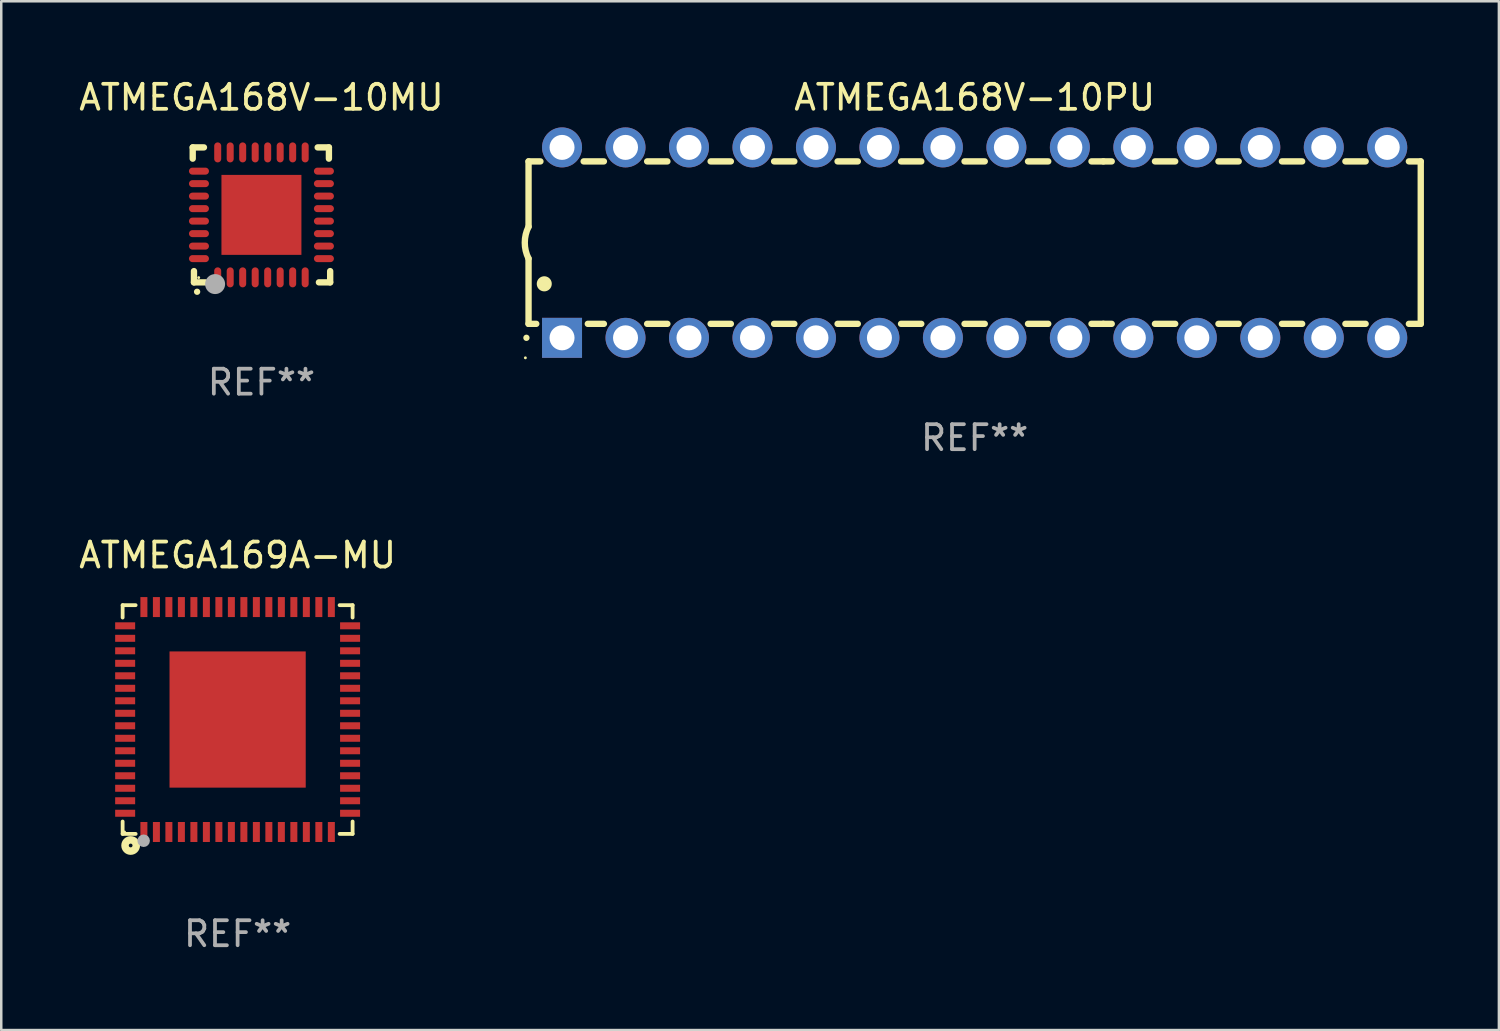
<source format=kicad_pcb>
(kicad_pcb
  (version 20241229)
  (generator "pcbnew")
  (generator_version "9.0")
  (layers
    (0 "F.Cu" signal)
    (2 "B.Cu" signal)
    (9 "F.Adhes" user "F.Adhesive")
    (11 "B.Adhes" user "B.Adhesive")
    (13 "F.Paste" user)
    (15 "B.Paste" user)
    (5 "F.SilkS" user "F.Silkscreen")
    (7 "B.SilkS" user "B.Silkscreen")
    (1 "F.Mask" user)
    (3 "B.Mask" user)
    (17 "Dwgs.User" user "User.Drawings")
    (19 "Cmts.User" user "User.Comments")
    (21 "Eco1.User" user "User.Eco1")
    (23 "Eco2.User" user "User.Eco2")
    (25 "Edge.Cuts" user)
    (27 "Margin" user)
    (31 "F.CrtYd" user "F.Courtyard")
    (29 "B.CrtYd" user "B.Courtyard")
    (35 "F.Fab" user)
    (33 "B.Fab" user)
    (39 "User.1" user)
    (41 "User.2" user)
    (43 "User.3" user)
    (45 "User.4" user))
  (footprint "ATMEGA168V-10MU"
    (layer "F.Cu")
    (at 7.411 5.548)
    (property "Reference" "ATMEGA168V-10MU" (at 0 -4.7 0) (layer "F.SilkS") (effects (font (size 1 1) (thickness 0.15))))
    (attr through_hole)
    (fp_line (start -2.75 -2.7) (end -2.75 -2.25) (stroke (width 0.254) (type solid)) (layer "F.SilkS"))
    (fp_line (start -2.7 2.7) (end -2.7 2.25) (stroke (width 0.254) (type solid)) (layer "F.SilkS"))
    (fp_line (start -2.3 -2.7) (end -2.75 -2.7) (stroke (width 0.254) (type solid)) (layer "F.SilkS"))
    (fp_line (start -2.25 2.7) (end -2.7 2.7) (stroke (width 0.254) (type solid)) (layer "F.SilkS"))
    (fp_line (start 2.3 2.7) (end 2.75 2.7) (stroke (width 0.254) (type solid)) (layer "F.SilkS"))
    (fp_line (start 2.7 -2.7) (end 2.25 -2.7) (stroke (width 0.254) (type solid)) (layer "F.SilkS"))
    (fp_line (start 2.7 -2.25) (end 2.7 -2.7) (stroke (width 0.254) (type solid)) (layer "F.SilkS"))
    (fp_line (start 2.75 2.7) (end 2.75 2.25) (stroke (width 0.254) (type solid)) (layer "F.SilkS"))
    (fp_arc (start -2.575565 3.075946) (mid -2.574295 3.07594) (end -2.573025 3.075946) (stroke (width 0.25) (type solid)) (layer "F.SilkS"))
    (fp_circle (center -2.51 2.51) (end -2.48 2.51) (stroke (width 0.06) (type solid)) (fill no) (layer "F.SilkS"))
    (fp_circle (center -1.854 2.769) (end -1.654 2.769) (stroke (width 0.4) (type solid)) (fill no) (layer "F.Fab"))
    (fp_text user "REF**" (at 0 6.7 0) (layer "F.Fab") (effects (font (size 1 1) (thickness 0.15))))
    (pad "1" smd oval (at -1.75 2.5) (size 0.28 0.8) (layers "F.Cu" "F.Mask" "F.Paste"))
    (pad "2" smd oval (at -1.25 2.5) (size 0.28 0.8) (layers "F.Cu" "F.Mask" "F.Paste"))
    (pad "3" smd oval (at -0.75 2.5) (size 0.28 0.8) (layers "F.Cu" "F.Mask" "F.Paste"))
    (pad "4" smd oval (at -0.25 2.5) (size 0.28 0.8) (layers "F.Cu" "F.Mask" "F.Paste"))
    (pad "5" smd oval (at 0.25 2.5) (size 0.28 0.8) (layers "F.Cu" "F.Mask" "F.Paste"))
    (pad "6" smd oval (at 0.75 2.5) (size 0.28 0.8) (layers "F.Cu" "F.Mask" "F.Paste"))
    (pad "7" smd oval (at 1.25 2.5) (size 0.28 0.8) (layers "F.Cu" "F.Mask" "F.Paste"))
    (pad "8" smd oval (at 1.75 2.5) (size 0.28 0.8) (layers "F.Cu" "F.Mask" "F.Paste"))
    (pad "9" smd oval (at 2.5 1.75 90) (size 0.28 0.8) (layers "F.Cu" "F.Mask" "F.Paste"))
    (pad "10" smd oval (at 2.5 1.25 90) (size 0.28 0.8) (layers "F.Cu" "F.Mask" "F.Paste"))
    (pad "11" smd oval (at 2.5 0.75 90) (size 0.28 0.8) (layers "F.Cu" "F.Mask" "F.Paste"))
    (pad "12" smd oval (at 2.5 0.25 90) (size 0.28 0.8) (layers "F.Cu" "F.Mask" "F.Paste"))
    (pad "13" smd oval (at 2.5 -0.25 90) (size 0.28 0.8) (layers "F.Cu" "F.Mask" "F.Paste"))
    (pad "14" smd oval (at 2.5 -0.75 90) (size 0.28 0.8) (layers "F.Cu" "F.Mask" "F.Paste"))
    (pad "15" smd oval (at 2.5 -1.25 90) (size 0.28 0.8) (layers "F.Cu" "F.Mask" "F.Paste"))
    (pad "16" smd oval (at 2.5 -1.75 90) (size 0.28 0.8) (layers "F.Cu" "F.Mask" "F.Paste"))
    (pad "17" smd oval (at 1.75 -2.5 180) (size 0.28 0.8) (layers "F.Cu" "F.Mask" "F.Paste"))
    (pad "18" smd oval (at 1.25 -2.5 180) (size 0.28 0.8) (layers "F.Cu" "F.Mask" "F.Paste"))
    (pad "19" smd oval (at 0.75 -2.5 180) (size 0.28 0.8) (layers "F.Cu" "F.Mask" "F.Paste"))
    (pad "20" smd oval (at 0.25 -2.5 180) (size 0.28 0.8) (layers "F.Cu" "F.Mask" "F.Paste"))
    (pad "21" smd oval (at -0.25 -2.5 180) (size 0.28 0.8) (layers "F.Cu" "F.Mask" "F.Paste"))
    (pad "22" smd oval (at -0.75 -2.5 180) (size 0.28 0.8) (layers "F.Cu" "F.Mask" "F.Paste"))
    (pad "23" smd oval (at -1.25 -2.5 180) (size 0.28 0.8) (layers "F.Cu" "F.Mask" "F.Paste"))
    (pad "24" smd oval (at -1.75 -2.5 180) (size 0.28 0.8) (layers "F.Cu" "F.Mask" "F.Paste"))
    (pad "25" smd oval (at -2.5 -1.75 270) (size 0.28 0.8) (layers "F.Cu" "F.Mask" "F.Paste"))
    (pad "26" smd oval (at -2.5 -1.25 270) (size 0.28 0.8) (layers "F.Cu" "F.Mask" "F.Paste"))
    (pad "27" smd oval (at -2.5 -0.75 270) (size 0.28 0.8) (layers "F.Cu" "F.Mask" "F.Paste"))
    (pad "28" smd oval (at -2.5 -0.25 270) (size 0.28 0.8) (layers "F.Cu" "F.Mask" "F.Paste"))
    (pad "29" smd oval (at -2.5 0.25 270) (size 0.28 0.8) (layers "F.Cu" "F.Mask" "F.Paste"))
    (pad "30" smd oval (at -2.5 0.75 270) (size 0.28 0.8) (layers "F.Cu" "F.Mask" "F.Paste"))
    (pad "31" smd oval (at -2.5 1.25 270) (size 0.28 0.8) (layers "F.Cu" "F.Mask" "F.Paste"))
    (pad "32" smd oval (at -2.5 1.75 270) (size 0.28 0.8) (layers "F.Cu" "F.Mask" "F.Paste"))
    (pad "33" smd rect (at 0.000076 0.000076) (size 3.2 3.2) (layers "F.Cu" "F.Mask" "F.Paste")))
  (footprint "ATMEGA168V-10PU"
    (layer "F.Cu")
    (at 35.949 6.658)
    (property "Reference" "ATMEGA168V-10PU" (at 0 -5.81 0) (layer "F.SilkS") (effects (font (size 1 1) (thickness 0.15))))
    (attr through_hole)
    (fp_line (start -17.85 -3.25) (end -17.85 -0.635) (stroke (width 0.254) (type solid)) (layer "F.SilkS"))
    (fp_line (start -17.85 3.25) (end -17.85 0.635) (stroke (width 0.254) (type solid)) (layer "F.SilkS"))
    (fp_line (start -17.85 3.25) (end -17.541 3.25) (stroke (width 0.254) (type solid)) (layer "F.SilkS"))
    (fp_line (start -17.375 -3.25) (end -17.85 -3.25) (stroke (width 0.254) (type solid)) (layer "F.SilkS"))
    (fp_line (start -15.479 3.25) (end -14.835 3.25) (stroke (width 0.254) (type solid)) (layer "F.SilkS"))
    (fp_line (start -14.835 -3.25) (end -15.645 -3.25) (stroke (width 0.254) (type solid)) (layer "F.SilkS"))
    (fp_line (start -13.105 3.25) (end -12.295 3.25) (stroke (width 0.254) (type solid)) (layer "F.SilkS"))
    (fp_line (start -12.295 -3.25) (end -13.105 -3.25) (stroke (width 0.254) (type solid)) (layer "F.SilkS"))
    (fp_line (start -10.565 3.25) (end -9.755 3.25) (stroke (width 0.254) (type solid)) (layer "F.SilkS"))
    (fp_line (start -9.755 -3.25) (end -10.565 -3.25) (stroke (width 0.254) (type solid)) (layer "F.SilkS"))
    (fp_line (start -8.025 3.25) (end -7.215 3.25) (stroke (width 0.254) (type solid)) (layer "F.SilkS"))
    (fp_line (start -7.215 -3.25) (end -8.025 -3.25) (stroke (width 0.254) (type solid)) (layer "F.SilkS"))
    (fp_line (start -5.485 3.25) (end -4.675 3.25) (stroke (width 0.254) (type solid)) (layer "F.SilkS"))
    (fp_line (start -4.675 -3.25) (end -5.485 -3.25) (stroke (width 0.254) (type solid)) (layer "F.SilkS"))
    (fp_line (start -2.945 3.25) (end -2.135 3.25) (stroke (width 0.254) (type solid)) (layer "F.SilkS"))
    (fp_line (start -2.135 -3.25) (end -2.945 -3.25) (stroke (width 0.254) (type solid)) (layer "F.SilkS"))
    (fp_line (start -0.405 3.25) (end 0.405 3.25) (stroke (width 0.254) (type solid)) (layer "F.SilkS"))
    (fp_line (start 0.405 -3.25) (end -0.405 -3.25) (stroke (width 0.254) (type solid)) (layer "F.SilkS"))
    (fp_line (start 2.135 3.25) (end 2.945 3.25) (stroke (width 0.254) (type solid)) (layer "F.SilkS"))
    (fp_line (start 2.945 -3.25) (end 2.135 -3.25) (stroke (width 0.254) (type solid)) (layer "F.SilkS"))
    (fp_line (start 4.675 3.25) (end 5.15 3.25) (stroke (width 0.254) (type solid)) (layer "F.SilkS"))
    (fp_line (start 5.15 -3.25) (end 4.675 -3.25) (stroke (width 0.254) (type solid)) (layer "F.SilkS"))
    (fp_line (start 5.15 -3.25) (end 5.485 -3.25) (stroke (width 0.254) (type solid)) (layer "F.SilkS"))
    (fp_line (start 5.15 3.25) (end 5.485 3.25) (stroke (width 0.254) (type solid)) (layer "F.SilkS"))
    (fp_line (start 7.215 -3.25) (end 8.025 -3.25) (stroke (width 0.254) (type solid)) (layer "F.SilkS"))
    (fp_line (start 7.215 3.25) (end 8.025 3.25) (stroke (width 0.254) (type solid)) (layer "F.SilkS"))
    (fp_line (start 9.755 -3.25) (end 10.565 -3.25) (stroke (width 0.254) (type solid)) (layer "F.SilkS"))
    (fp_line (start 9.755 3.25) (end 10.565 3.25) (stroke (width 0.254) (type solid)) (layer "F.SilkS"))
    (fp_line (start 12.295 -3.25) (end 13.105 -3.25) (stroke (width 0.254) (type solid)) (layer "F.SilkS"))
    (fp_line (start 12.295 3.25) (end 13.105 3.25) (stroke (width 0.254) (type solid)) (layer "F.SilkS"))
    (fp_line (start 14.835 -3.25) (end 15.645 -3.25) (stroke (width 0.254) (type solid)) (layer "F.SilkS"))
    (fp_line (start 14.835 3.25) (end 15.645 3.25) (stroke (width 0.254) (type solid)) (layer "F.SilkS"))
    (fp_line (start 17.375 -3.25) (end 17.85 -3.25) (stroke (width 0.254) (type solid)) (layer "F.SilkS"))
    (fp_line (start 17.375 3.25) (end 17.85 3.25) (stroke (width 0.254) (type solid)) (layer "F.SilkS"))
    (fp_line (start 17.85 -3.25) (end 17.85 3.25) (stroke (width 0.254) (type solid)) (layer "F.SilkS"))
    (fp_arc (start -17.934976 3.810008) (mid -17.934983 3.808738) (end -17.934976 3.807468) (stroke (width 0.25) (type solid)) (layer "F.SilkS"))
    (fp_arc (start -17.851155 0.635002) (mid -18.000677 -0.000132) (end -17.850038 -0.635001) (stroke (width 0.254001) (type solid)) (layer "F.SilkS"))
    (fp_arc (start -17.221234 1.651003) (mid -17.221245 1.648463) (end -17.221234 1.645923) (stroke (width 0.6) (type solid)) (layer "F.SilkS"))
    (fp_circle (center -17.977 4.61) (end -17.947 4.61) (stroke (width 0.06) (type solid)) (fill no) (layer "F.SilkS"))
    (fp_text user "REF**" (at 0 7.81 0) (layer "F.Fab") (effects (font (size 1 1) (thickness 0.15))))
    (pad "1" thru_hole rect (at -16.51 3.81 90) (size 1.6 1.6) (drill 1) (layers "*.Cu" "*.Mask"))
    (pad "2" thru_hole circle (at -13.97 3.81 90) (size 1.6 1.6) (drill 1) (layers "*.Cu" "*.Mask"))
    (pad "3" thru_hole circle (at -11.43 3.81 90) (size 1.6 1.6) (drill 1) (layers "*.Cu" "*.Mask"))
    (pad "4" thru_hole circle (at -8.89 3.81 90) (size 1.6 1.6) (drill 1) (layers "*.Cu" "*.Mask"))
    (pad "5" thru_hole circle (at -6.35 3.81 90) (size 1.6 1.6) (drill 1) (layers "*.Cu" "*.Mask"))
    (pad "6" thru_hole circle (at -3.81 3.81 90) (size 1.6 1.6) (drill 1) (layers "*.Cu" "*.Mask"))
    (pad "7" thru_hole circle (at -1.27 3.81 90) (size 1.6 1.6) (drill 1) (layers "*.Cu" "*.Mask"))
    (pad "8" thru_hole circle (at 1.27 3.81 90) (size 1.6 1.6) (drill 1) (layers "*.Cu" "*.Mask"))
    (pad "9" thru_hole circle (at 3.81 3.81 90) (size 1.6 1.6) (drill 1) (layers "*.Cu" "*.Mask"))
    (pad "10" thru_hole circle (at 6.35 3.81 90) (size 1.6 1.6) (drill 1) (layers "*.Cu" "*.Mask"))
    (pad "11" thru_hole circle (at 8.89 3.81 90) (size 1.6 1.6) (drill 1) (layers "*.Cu" "*.Mask"))
    (pad "12" thru_hole circle (at 11.43 3.81 90) (size 1.6 1.6) (drill 1) (layers "*.Cu" "*.Mask"))
    (pad "13" thru_hole circle (at 13.97 3.81 90) (size 1.6 1.6) (drill 1) (layers "*.Cu" "*.Mask"))
    (pad "14" thru_hole circle (at 16.51 3.81 90) (size 1.6 1.6) (drill 1) (layers "*.Cu" "*.Mask"))
    (pad "15" thru_hole circle (at 16.51 -3.81 90) (size 1.6 1.6) (drill 1) (layers "*.Cu" "*.Mask"))
    (pad "16" thru_hole circle (at 13.97 -3.81 90) (size 1.6 1.6) (drill 1) (layers "*.Cu" "*.Mask"))
    (pad "17" thru_hole circle (at 11.43 -3.81 90) (size 1.6 1.6) (drill 1) (layers "*.Cu" "*.Mask"))
    (pad "18" thru_hole circle (at 8.89 -3.81 90) (size 1.6 1.6) (drill 1) (layers "*.Cu" "*.Mask"))
    (pad "19" thru_hole circle (at 6.35 -3.81 90) (size 1.6 1.6) (drill 1) (layers "*.Cu" "*.Mask"))
    (pad "20" thru_hole circle (at 3.81 -3.81 90) (size 1.6 1.6) (drill 1) (layers "*.Cu" "*.Mask"))
    (pad "21" thru_hole circle (at 1.27 -3.81 90) (size 1.6 1.6) (drill 1) (layers "*.Cu" "*.Mask"))
    (pad "22" thru_hole circle (at -1.27 -3.81 90) (size 1.6 1.6) (drill 1) (layers "*.Cu" "*.Mask"))
    (pad "23" thru_hole circle (at -3.81 -3.81 90) (size 1.6 1.6) (drill 1) (layers "*.Cu" "*.Mask"))
    (pad "24" thru_hole circle (at -6.35 -3.81 90) (size 1.6 1.6) (drill 1) (layers "*.Cu" "*.Mask"))
    (pad "25" thru_hole circle (at -8.89 -3.81 90) (size 1.6 1.6) (drill 1) (layers "*.Cu" "*.Mask"))
    (pad "26" thru_hole circle (at -11.43 -3.81 90) (size 1.6 1.6) (drill 1) (layers "*.Cu" "*.Mask"))
    (pad "27" thru_hole circle (at -13.97 -3.81 90) (size 1.6 1.6) (drill 1) (layers "*.Cu" "*.Mask"))
    (pad "28" thru_hole circle (at -16.51 -3.81 90) (size 1.6 1.6) (drill 1) (layers "*.Cu" "*.Mask")))
  (footprint "ATMEGA169A-MU"
    (layer "F.Cu")
    (at 6.458 25.741)
    (property "Reference" "ATMEGA169A-MU" (at 0 -6.576 0) (layer "F.SilkS") (effects (font (size 1 1) (thickness 0.15))))
    (attr through_hole)
    (fp_line (start -4.601 -4.576) (end -4.081 -4.576) (stroke (width 0.152) (type solid)) (layer "F.SilkS"))
    (fp_line (start -4.601 -4.081) (end -4.601 -4.576) (stroke (width 0.152) (type solid)) (layer "F.SilkS"))
    (fp_line (start -4.601 4.081) (end -4.601 4.576) (stroke (width 0.152) (type solid)) (layer "F.SilkS"))
    (fp_line (start -4.601 4.576) (end -4.081 4.576) (stroke (width 0.152) (type solid)) (layer "F.SilkS"))
    (fp_line (start 4.601 -4.576) (end 4.081 -4.576) (stroke (width 0.152) (type solid)) (layer "F.SilkS"))
    (fp_line (start 4.601 -4.081) (end 4.601 -4.576) (stroke (width 0.152) (type solid)) (layer "F.SilkS"))
    (fp_line (start 4.601 4.081) (end 4.601 4.576) (stroke (width 0.152) (type solid)) (layer "F.SilkS"))
    (fp_line (start 4.601 4.576) (end 4.081 4.576) (stroke (width 0.152) (type solid)) (layer "F.SilkS"))
    (fp_circle (center -4.525 4.5) (end -4.495 4.5) (stroke (width 0.06) (type solid)) (fill no) (layer "F.SilkS"))
    (fp_circle (center -4.28 5.04) (end -4.205 5.04) (stroke (width 0.3) (type solid)) (fill no) (layer "F.SilkS"))
    (fp_circle (center -3.76 4.85) (end -3.635 4.85) (stroke (width 0.25) (type solid)) (fill no) (layer "F.Fab"))
    (fp_text user "REF**" (at 0 8.576 0) (layer "F.Fab") (effects (font (size 1 1) (thickness 0.15))))
    (pad "1" smd rect (at -3.75 4.5) (size 0.28 0.8) (layers "F.Cu" "F.Mask" "F.Paste"))
    (pad "2" smd rect (at -3.25 4.5) (size 0.28 0.8) (layers "F.Cu" "F.Mask" "F.Paste"))
    (pad "3" smd rect (at -2.75 4.5) (size 0.28 0.8) (layers "F.Cu" "F.Mask" "F.Paste"))
    (pad "4" smd rect (at -2.25 4.5) (size 0.28 0.8) (layers "F.Cu" "F.Mask" "F.Paste"))
    (pad "5" smd rect (at -1.75 4.5) (size 0.28 0.8) (layers "F.Cu" "F.Mask" "F.Paste"))
    (pad "6" smd rect (at -1.25 4.5) (size 0.28 0.8) (layers "F.Cu" "F.Mask" "F.Paste"))
    (pad "7" smd rect (at -0.75 4.5) (size 0.28 0.8) (layers "F.Cu" "F.Mask" "F.Paste"))
    (pad "8" smd rect (at -0.25 4.5) (size 0.28 0.8) (layers "F.Cu" "F.Mask" "F.Paste"))
    (pad "9" smd rect (at 0.25 4.5) (size 0.28 0.8) (layers "F.Cu" "F.Mask" "F.Paste"))
    (pad "10" smd rect (at 0.75 4.5) (size 0.28 0.8) (layers "F.Cu" "F.Mask" "F.Paste"))
    (pad "11" smd rect (at 1.25 4.5) (size 0.28 0.8) (layers "F.Cu" "F.Mask" "F.Paste"))
    (pad "12" smd rect (at 1.75 4.5) (size 0.28 0.8) (layers "F.Cu" "F.Mask" "F.Paste"))
    (pad "13" smd rect (at 2.25 4.5) (size 0.28 0.8) (layers "F.Cu" "F.Mask" "F.Paste"))
    (pad "14" smd rect (at 2.75 4.5) (size 0.28 0.8) (layers "F.Cu" "F.Mask" "F.Paste"))
    (pad "15" smd rect (at 3.25 4.5) (size 0.28 0.8) (layers "F.Cu" "F.Mask" "F.Paste"))
    (pad "16" smd rect (at 3.75 4.5) (size 0.28 0.8) (layers "F.Cu" "F.Mask" "F.Paste"))
    (pad "17" smd rect (at 4.5 3.75) (size 0.8 0.28) (layers "F.Cu" "F.Mask" "F.Paste"))
    (pad "18" smd rect (at 4.5 3.25) (size 0.8 0.28) (layers "F.Cu" "F.Mask" "F.Paste"))
    (pad "19" smd rect (at 4.5 2.75) (size 0.8 0.28) (layers "F.Cu" "F.Mask" "F.Paste"))
    (pad "20" smd rect (at 4.5 2.25) (size 0.8 0.28) (layers "F.Cu" "F.Mask" "F.Paste"))
    (pad "21" smd rect (at 4.5 1.75) (size 0.8 0.28) (layers "F.Cu" "F.Mask" "F.Paste"))
    (pad "22" smd rect (at 4.5 1.25) (size 0.8 0.28) (layers "F.Cu" "F.Mask" "F.Paste"))
    (pad "23" smd rect (at 4.5 0.75) (size 0.8 0.28) (layers "F.Cu" "F.Mask" "F.Paste"))
    (pad "24" smd rect (at 4.5 0.25) (size 0.8 0.28) (layers "F.Cu" "F.Mask" "F.Paste"))
    (pad "25" smd rect (at 4.5 -0.25) (size 0.8 0.28) (layers "F.Cu" "F.Mask" "F.Paste"))
    (pad "26" smd rect (at 4.5 -0.75) (size 0.8 0.28) (layers "F.Cu" "F.Mask" "F.Paste"))
    (pad "27" smd rect (at 4.5 -1.25) (size 0.8 0.28) (layers "F.Cu" "F.Mask" "F.Paste"))
    (pad "28" smd rect (at 4.5 -1.75) (size 0.8 0.28) (layers "F.Cu" "F.Mask" "F.Paste"))
    (pad "29" smd rect (at 4.5 -2.25) (size 0.8 0.28) (layers "F.Cu" "F.Mask" "F.Paste"))
    (pad "30" smd rect (at 4.5 -2.75) (size 0.8 0.28) (layers "F.Cu" "F.Mask" "F.Paste"))
    (pad "31" smd rect (at 4.5 -3.25) (size 0.8 0.28) (layers "F.Cu" "F.Mask" "F.Paste"))
    (pad "32" smd rect (at 4.5 -3.75) (size 0.8 0.28) (layers "F.Cu" "F.Mask" "F.Paste"))
    (pad "33" smd rect (at 3.75 -4.5) (size 0.28 0.8) (layers "F.Cu" "F.Mask" "F.Paste"))
    (pad "34" smd rect (at 3.25 -4.5) (size 0.28 0.8) (layers "F.Cu" "F.Mask" "F.Paste"))
    (pad "35" smd rect (at 2.75 -4.5) (size 0.28 0.8) (layers "F.Cu" "F.Mask" "F.Paste"))
    (pad "36" smd rect (at 2.25 -4.5) (size 0.28 0.8) (layers "F.Cu" "F.Mask" "F.Paste"))
    (pad "37" smd rect (at 1.75 -4.5) (size 0.28 0.8) (layers "F.Cu" "F.Mask" "F.Paste"))
    (pad "38" smd rect (at 1.25 -4.5) (size 0.28 0.8) (layers "F.Cu" "F.Mask" "F.Paste"))
    (pad "39" smd rect (at 0.75 -4.5) (size 0.28 0.8) (layers "F.Cu" "F.Mask" "F.Paste"))
    (pad "40" smd rect (at 0.25 -4.5) (size 0.28 0.8) (layers "F.Cu" "F.Mask" "F.Paste"))
    (pad "41" smd rect (at -0.25 -4.5) (size 0.28 0.8) (layers "F.Cu" "F.Mask" "F.Paste"))
    (pad "42" smd rect (at -0.75 -4.5) (size 0.28 0.8) (layers "F.Cu" "F.Mask" "F.Paste"))
    (pad "43" smd rect (at -1.25 -4.5) (size 0.28 0.8) (layers "F.Cu" "F.Mask" "F.Paste"))
    (pad "44" smd rect (at -1.75 -4.5) (size 0.28 0.8) (layers "F.Cu" "F.Mask" "F.Paste"))
    (pad "45" smd rect (at -2.25 -4.5) (size 0.28 0.8) (layers "F.Cu" "F.Mask" "F.Paste"))
    (pad "46" smd rect (at -2.75 -4.5) (size 0.28 0.8) (layers "F.Cu" "F.Mask" "F.Paste"))
    (pad "47" smd rect (at -3.25 -4.5) (size 0.28 0.8) (layers "F.Cu" "F.Mask" "F.Paste"))
    (pad "48" smd rect (at -3.75 -4.5) (size 0.28 0.8) (layers "F.Cu" "F.Mask" "F.Paste"))
    (pad "49" smd rect (at -4.5 -3.75) (size 0.8 0.28) (layers "F.Cu" "F.Mask" "F.Paste"))
    (pad "50" smd rect (at -4.5 -3.25) (size 0.8 0.28) (layers "F.Cu" "F.Mask" "F.Paste"))
    (pad "51" smd rect (at -4.5 -2.75) (size 0.8 0.28) (layers "F.Cu" "F.Mask" "F.Paste"))
    (pad "52" smd rect (at -4.5 -2.25) (size 0.8 0.28) (layers "F.Cu" "F.Mask" "F.Paste"))
    (pad "53" smd rect (at -4.5 -1.75) (size 0.8 0.28) (layers "F.Cu" "F.Mask" "F.Paste"))
    (pad "54" smd rect (at -4.5 -1.25) (size 0.8 0.28) (layers "F.Cu" "F.Mask" "F.Paste"))
    (pad "55" smd rect (at -4.5 -0.75) (size 0.8 0.28) (layers "F.Cu" "F.Mask" "F.Paste"))
    (pad "56" smd rect (at -4.5 -0.25) (size 0.8 0.28) (layers "F.Cu" "F.Mask" "F.Paste"))
    (pad "57" smd rect (at -4.5 0.25) (size 0.8 0.28) (layers "F.Cu" "F.Mask" "F.Paste"))
    (pad "58" smd rect (at -4.5 0.75) (size 0.8 0.28) (layers "F.Cu" "F.Mask" "F.Paste"))
    (pad "59" smd rect (at -4.5 1.25) (size 0.8 0.28) (layers "F.Cu" "F.Mask" "F.Paste"))
    (pad "60" smd rect (at -4.5 1.75) (size 0.8 0.28) (layers "F.Cu" "F.Mask" "F.Paste"))
    (pad "61" smd rect (at -4.5 2.25) (size 0.8 0.28) (layers "F.Cu" "F.Mask" "F.Paste"))
    (pad "62" smd rect (at -4.5 2.75) (size 0.8 0.28) (layers "F.Cu" "F.Mask" "F.Paste"))
    (pad "63" smd rect (at -4.5 3.25) (size 0.8 0.28) (layers "F.Cu" "F.Mask" "F.Paste"))
    (pad "64" smd rect (at -4.5 3.75) (size 0.8 0.28) (layers "F.Cu" "F.Mask" "F.Paste"))
    (pad "65" smd rect (at 0 0) (size 5.45 5.45) (layers "F.Cu" "F.Mask" "F.Paste")))
  (gr_rect
    (start -3 -3)
    (end 56.926 38.165)
    (stroke (width 0.1) (type default))
    (fill no)
    (layer "Edge.Cuts")))
</source>
